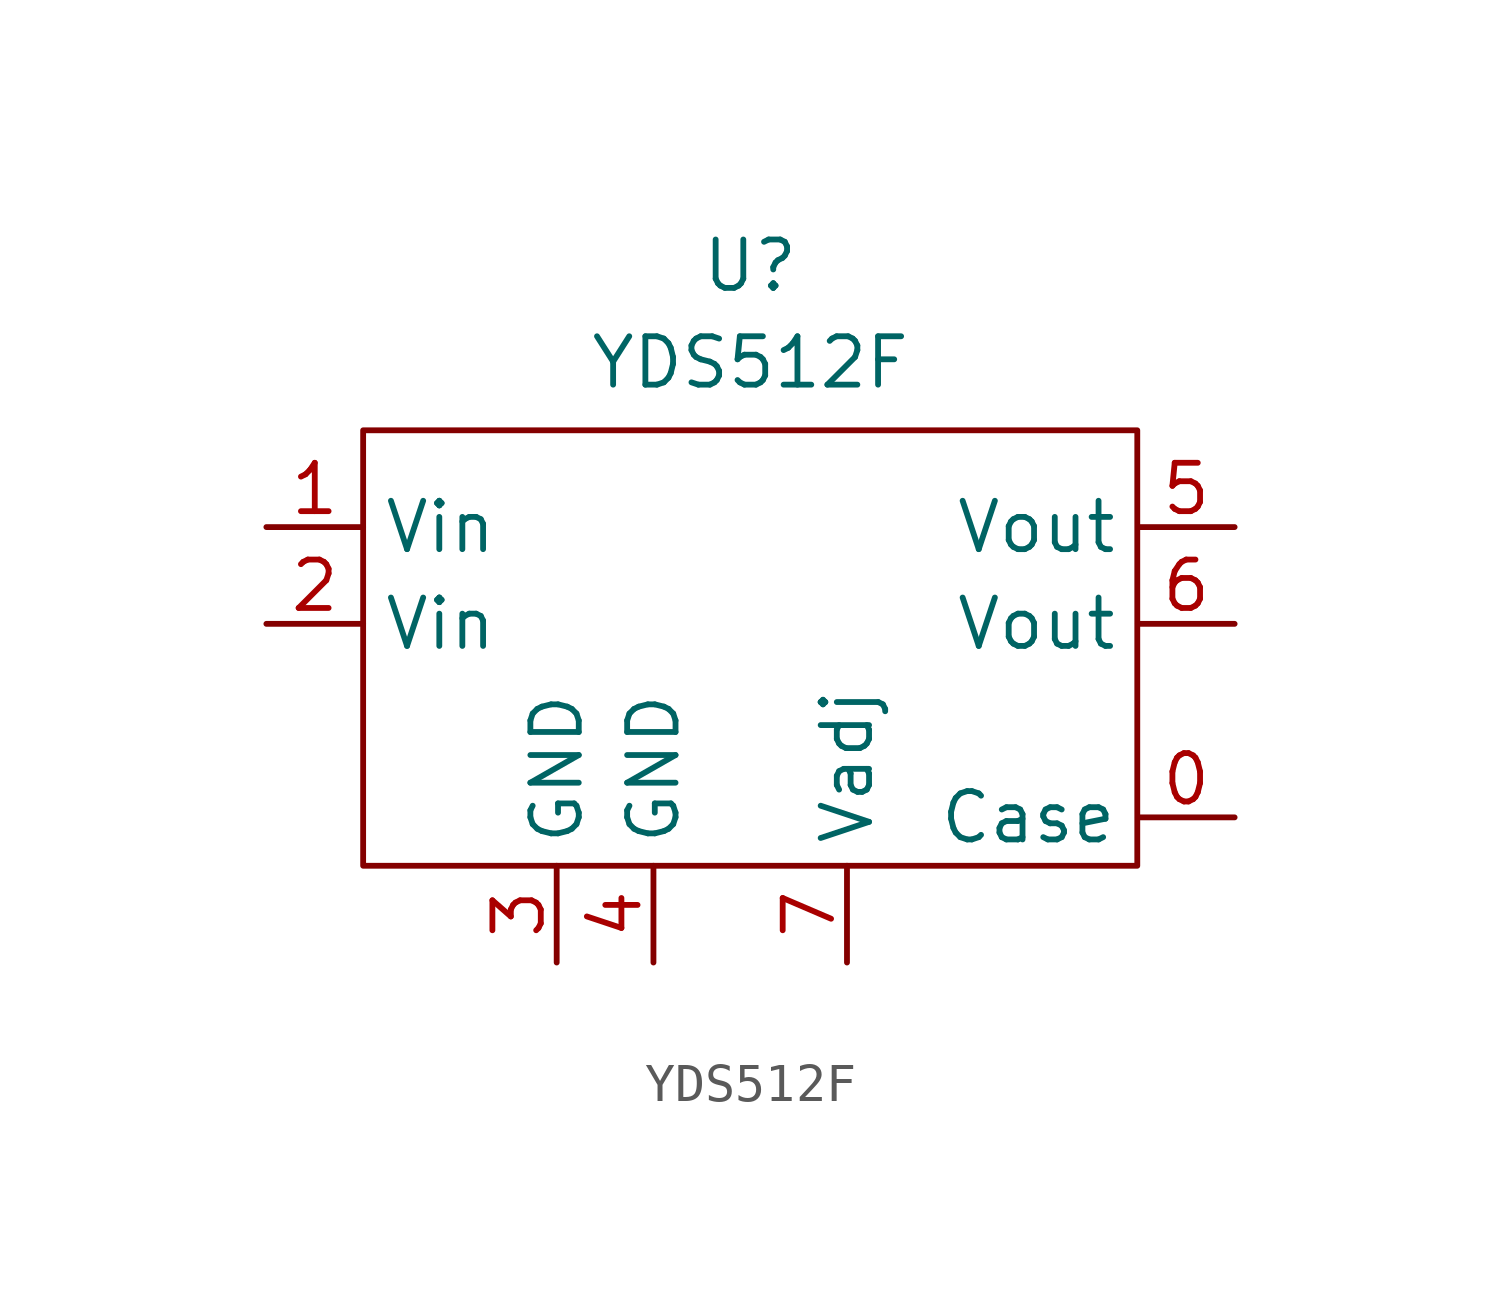
<source format=kicad_sym>
(kicad_symbol_lib
  (version 20241209)
  (generator "kicad_symbol_editor")
  (generator_version "9.0")
  (symbol "YDS512F"
    (property "Reference" "U"
      (at 0 9.398 0)
      (effects (font (size 1.27 1.27))))
    (property "Value" "YDS512F"
      (at 0 6.858 0)
      (effects (font (size 1.27 1.27))))
    (symbol "YDS512F_0_1"
      (rectangle (start -10.16 5.08) (end 10.16 -6.35) (stroke (width 0) (type default)) (fill (type none))))
    (symbol "YDS512F_1_1"
      (pin power_in line (at -12.7 2.54 0) (length 2.54) (name "Vin" (effects (font (size 1.27 1.27)))) (number "1" (effects (font (size 1.27 1.27)))))
      (pin power_in line (at -12.7 0 0) (length 2.54) (name "Vin" (effects (font (size 1.27 1.27)))) (number "2" (effects (font (size 1.27 1.27)))))
      (pin power_in line (at -5.08 -8.89 90) (length 2.54) (name "GND" (effects (font (size 1.27 1.27)))) (number "3" (effects (font (size 1.27 1.27)))))
      (pin power_in line (at -2.54 -8.89 90) (length 2.54) (name "GND" (effects (font (size 1.27 1.27)))) (number "4" (effects (font (size 1.27 1.27)))))
      (pin input line (at 2.54 -8.89 90) (length 2.54) (name "Vadj" (effects (font (size 1.27 1.27)))) (number "7" (effects (font (size 1.27 1.27)))))
      (pin power_out line (at 12.715 2.54 180) (length 2.54) (name "Vout" (effects (font (size 1.27 1.27)))) (number "5" (effects (font (size 1.27 1.27)))))
      (pin power_out line (at 12.715 0 180) (length 2.54) (name "Vout" (effects (font (size 1.27 1.27)))) (number "6" (effects (font (size 1.27 1.27)))))
      (pin passive line (at 12.715 -5.08 180) (length 2.54) (name "Case" (effects (font (size 1.27 1.27)))) (number "0" (effects (font (size 1.27 1.27))))))))
</source>
